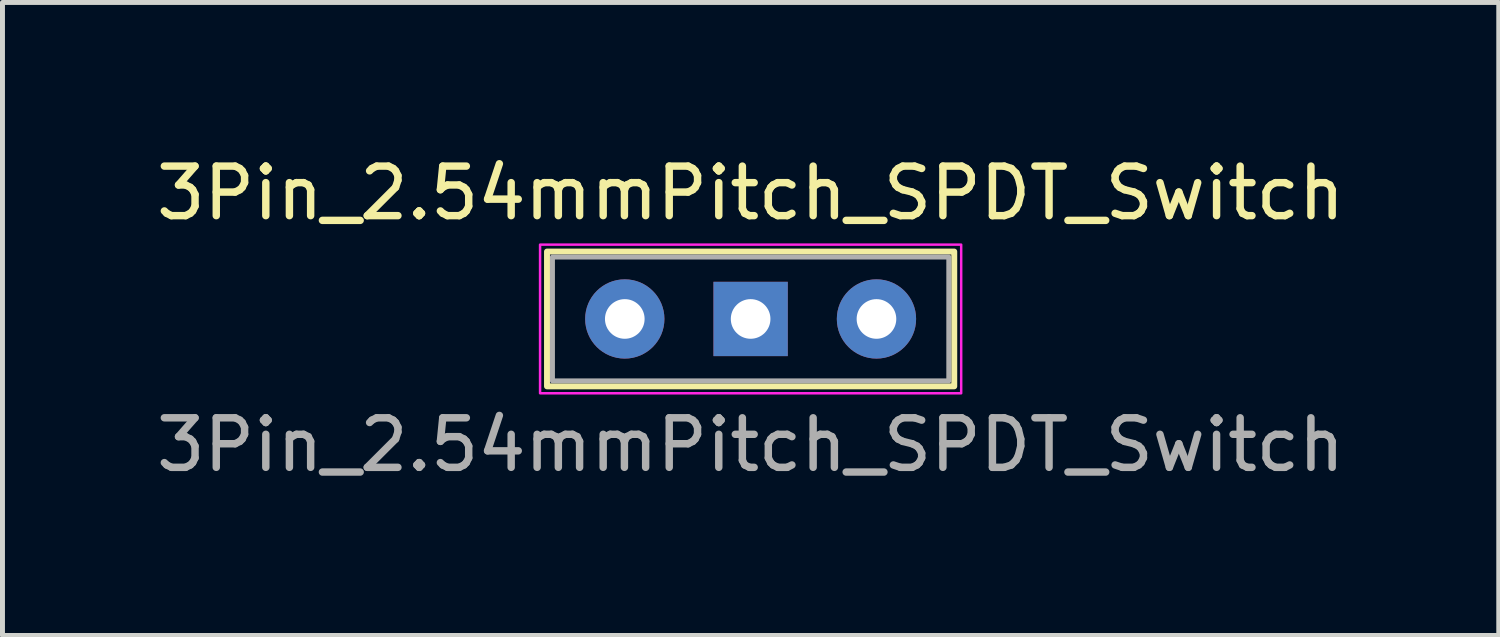
<source format=kicad_pcb>
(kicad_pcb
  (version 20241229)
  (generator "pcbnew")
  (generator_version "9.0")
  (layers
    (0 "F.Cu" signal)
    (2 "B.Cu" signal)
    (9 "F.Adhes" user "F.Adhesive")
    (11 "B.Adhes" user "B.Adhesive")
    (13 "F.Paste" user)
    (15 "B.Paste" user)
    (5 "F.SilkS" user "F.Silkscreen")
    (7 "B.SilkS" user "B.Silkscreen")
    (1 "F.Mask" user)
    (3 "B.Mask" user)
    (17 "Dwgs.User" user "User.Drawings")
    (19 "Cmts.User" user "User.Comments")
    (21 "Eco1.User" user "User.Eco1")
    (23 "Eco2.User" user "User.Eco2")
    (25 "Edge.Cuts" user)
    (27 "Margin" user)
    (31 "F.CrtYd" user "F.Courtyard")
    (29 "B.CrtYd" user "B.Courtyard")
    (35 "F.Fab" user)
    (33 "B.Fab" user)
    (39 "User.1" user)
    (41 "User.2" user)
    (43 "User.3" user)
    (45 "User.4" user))
  (footprint "3Pin_2.54mmPitch_SPDT_Switch"
    (layer "F.Cu")
    (at 12.101 3.388)
    (property "Reference" "3Pin_2.54mmPitch_SPDT_Switch" (at 0 -2.54 0) (layer "F.SilkS") (effects (font (size 1 1) (thickness 0.15))))
    (attr through_hole)
    (fp_rect (start -4.11 -1.36) (end 4.11 1.36) (stroke (width 0.12) (type default)) (fill no) (layer "F.SilkS"))
    (fp_rect (start -4.25 -1.5) (end 4.25 1.5) (stroke (width 0.05) (type default)) (fill no) (layer "F.CrtYd"))
    (fp_rect (start -4 -1.25) (end 4 1.25) (stroke (width 0.1) (type default)) (fill no) (layer "F.Fab"))
    (fp_text user "${REFERENCE}" (at 0 2.54 0) (layer "F.Fab") (effects (font (size 1 1) (thickness 0.15))))
    (pad "1" thru_hole rect (at 0 0) (size 1.5 1.5) (drill 0.8) (layers "*.Cu" "*.Mask"))
    (pad "2" thru_hole circle (at -2.54 0) (size 1.6 1.6) (drill 0.8) (layers "*.Cu" "*.Mask"))
    (pad "3" thru_hole circle (at 2.54 0) (size 1.6 1.6) (drill 0.8) (layers "*.Cu" "*.Mask")))
  (gr_rect
    (start -3 -3)
    (end 27.202 9.777)
    (stroke (width 0.1) (type default))
    (fill no)
    (layer "Edge.Cuts")))
</source>
